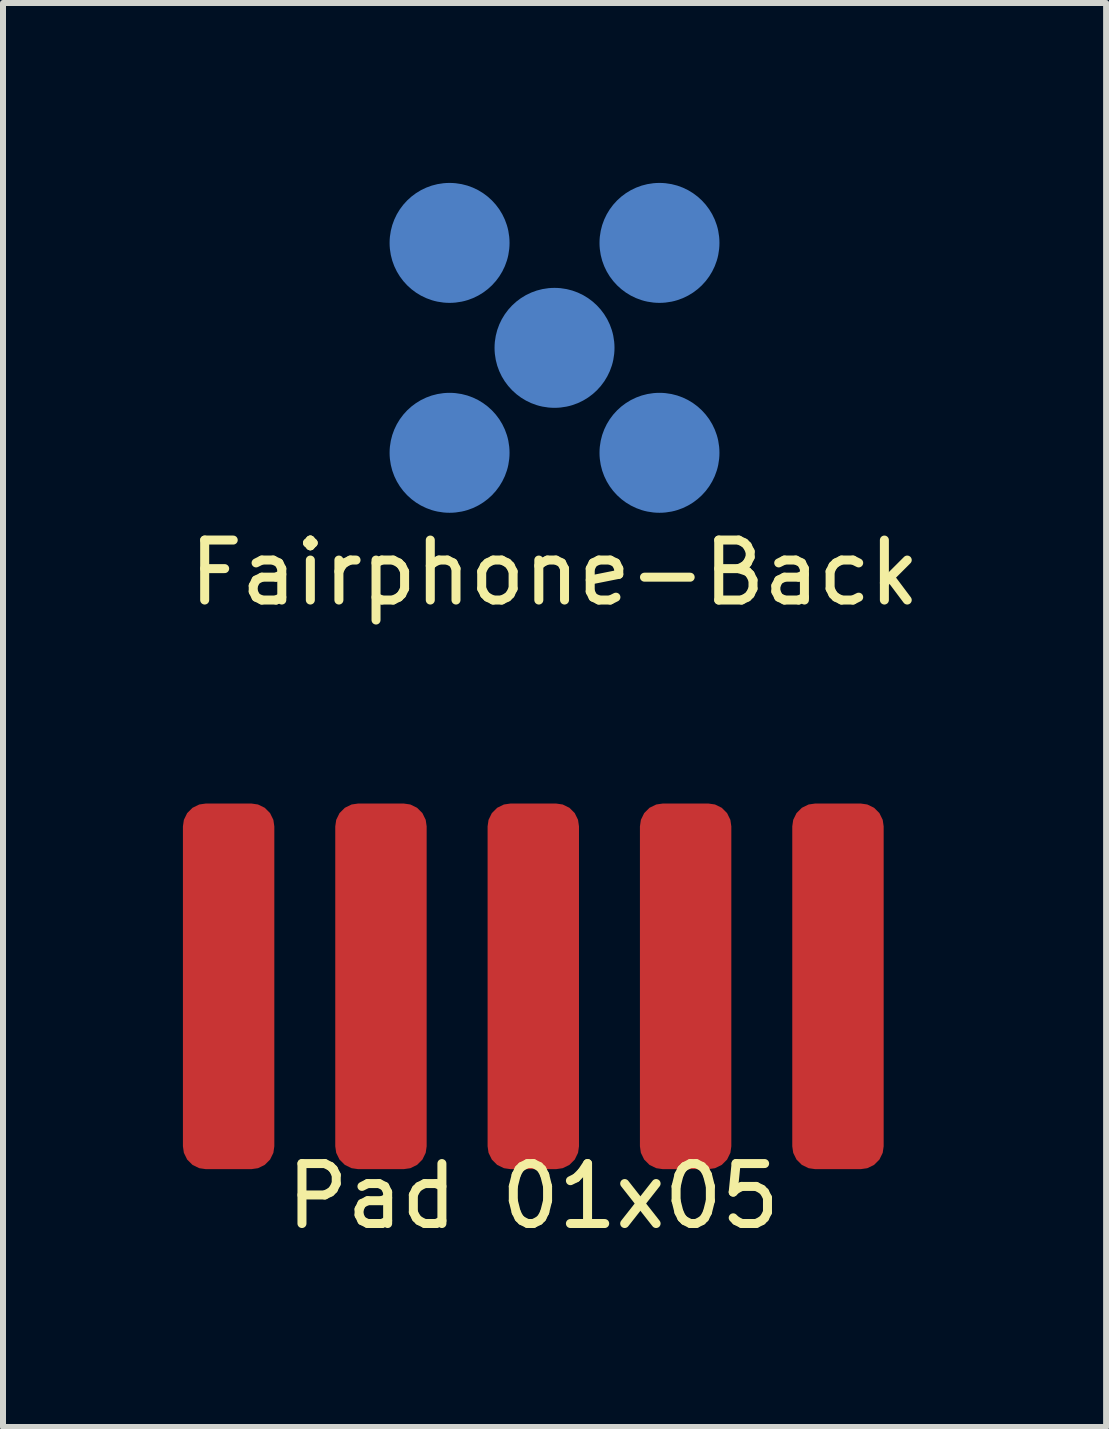
<source format=kicad_pcb>
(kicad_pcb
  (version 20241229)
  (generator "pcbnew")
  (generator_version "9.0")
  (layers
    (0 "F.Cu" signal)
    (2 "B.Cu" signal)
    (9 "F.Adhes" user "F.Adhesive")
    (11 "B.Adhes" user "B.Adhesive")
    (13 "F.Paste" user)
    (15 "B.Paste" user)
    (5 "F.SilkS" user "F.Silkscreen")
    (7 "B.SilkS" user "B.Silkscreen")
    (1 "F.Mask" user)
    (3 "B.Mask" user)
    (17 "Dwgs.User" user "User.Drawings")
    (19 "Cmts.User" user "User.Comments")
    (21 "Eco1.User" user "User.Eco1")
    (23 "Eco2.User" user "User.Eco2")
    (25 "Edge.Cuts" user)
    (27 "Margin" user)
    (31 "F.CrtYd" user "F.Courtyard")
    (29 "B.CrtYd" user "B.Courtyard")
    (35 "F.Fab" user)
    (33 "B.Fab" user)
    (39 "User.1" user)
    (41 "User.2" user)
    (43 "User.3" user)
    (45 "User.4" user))
  (footprint "Fairphone-Back"
    (layer "F.Cu")
    (at 6.196 2.75)
    (property "Reference" "Fairphone-Back" (at 0 3.75 0) (layer "F.SilkS") (effects (font (size 1 1) (thickness 0.15))))
    (attr through_hole)
    (pad "1" connect circle (at -1.75 -1.75) (size 2 2) (layers "B.Cu" "B.Mask"))
    (pad "2" connect circle (at 1.75 -1.75) (size 2 2) (layers "B.Cu" "B.Mask"))
    (pad "3" connect circle (at 0 0) (size 2 2) (layers "B.Cu" "B.Mask"))
    (pad "4" connect circle (at -1.75 1.75) (size 2 2) (layers "B.Cu" "B.Mask"))
    (pad "5" connect circle (at 1.75 1.75) (size 2 2) (layers "B.Cu" "B.Mask")))
  (footprint "Pad 01x05"
    (layer "F.Cu")
    (at 5.842 13.396)
    (property "Reference" "Pad 01x05" (at 0 3.5 0) (layer "F.SilkS") (effects (font (size 1 1) (thickness 0.15))))
    (attr through_hole)
    (pad "1" smd roundrect (at -5.08 0) (size 1.524 6.096) (layers "F.Cu" "F.Mask" "F.Paste") (roundrect_rratio 0.25))
    (pad "2" smd roundrect (at -2.54 0) (size 1.524 6.096) (layers "F.Cu" "F.Mask" "F.Paste") (roundrect_rratio 0.25))
    (pad "3" smd roundrect (at 0 0) (size 1.524 6.096) (layers "F.Cu" "F.Mask" "F.Paste") (roundrect_rratio 0.25))
    (pad "4" smd roundrect (at 2.54 0) (size 1.524 6.096) (layers "F.Cu" "F.Mask" "F.Paste") (roundrect_rratio 0.25))
    (pad "5" smd roundrect (at 5.08 0) (size 1.524 6.096) (layers "F.Cu" "F.Mask" "F.Paste") (roundrect_rratio 0.25)))
  (gr_rect
    (start -3 -3)
    (end 15.393 20.744)
    (stroke (width 0.1) (type default))
    (fill no)
    (layer "Edge.Cuts")))
</source>
